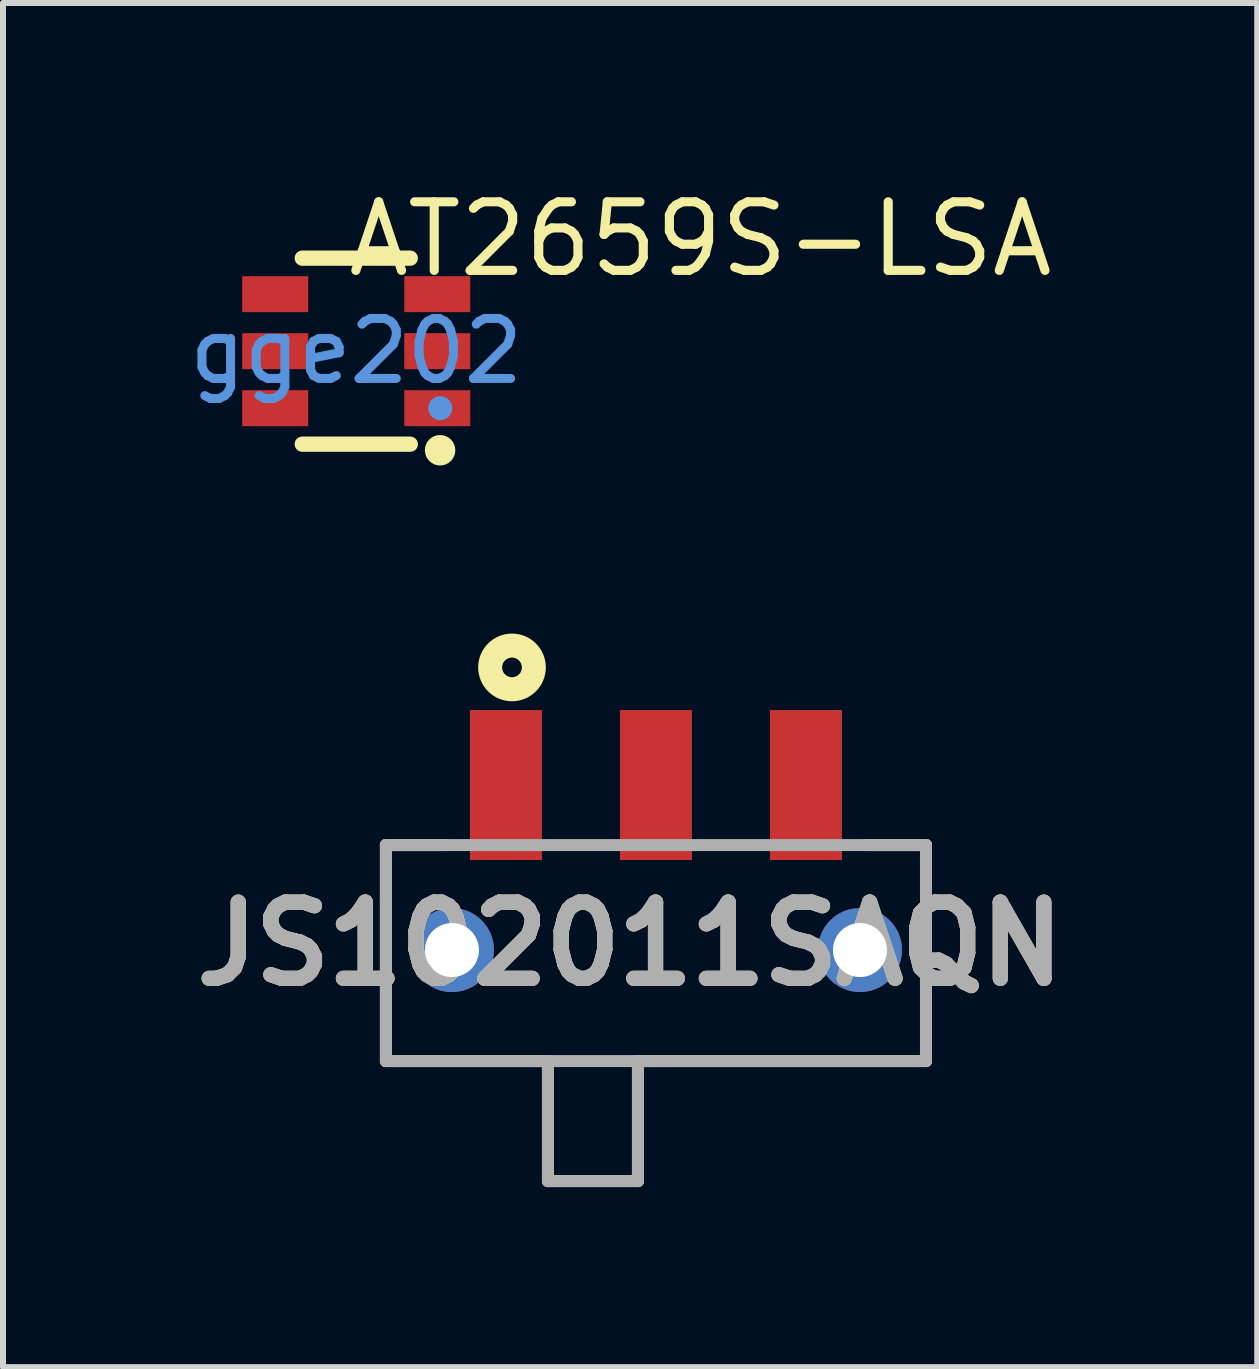
<source format=kicad_pcb>
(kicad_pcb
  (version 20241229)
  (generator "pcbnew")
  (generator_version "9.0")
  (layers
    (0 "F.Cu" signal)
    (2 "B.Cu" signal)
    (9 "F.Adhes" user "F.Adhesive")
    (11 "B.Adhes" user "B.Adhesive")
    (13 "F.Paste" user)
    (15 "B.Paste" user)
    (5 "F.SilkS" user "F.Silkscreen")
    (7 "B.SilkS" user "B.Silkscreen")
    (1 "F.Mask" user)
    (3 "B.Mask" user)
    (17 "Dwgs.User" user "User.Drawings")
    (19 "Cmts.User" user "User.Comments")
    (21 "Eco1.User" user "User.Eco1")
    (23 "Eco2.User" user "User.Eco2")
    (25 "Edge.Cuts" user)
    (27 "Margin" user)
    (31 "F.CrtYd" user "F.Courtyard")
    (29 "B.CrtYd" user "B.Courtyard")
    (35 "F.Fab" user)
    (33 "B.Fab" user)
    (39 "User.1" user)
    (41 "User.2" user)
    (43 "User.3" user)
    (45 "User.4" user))
  (footprint "JS102011SAQN"
    (layer "F.Cu")
    (at 7.881 11.032)
    (property "Reference" "JS102011SAQN" (at -0.43 1.647 0) (layer "F.SilkS") (effects (font (size 1.27 1.27) (thickness 0.254))))
    (attr through_hole)
    (fp_line (start -4.5 0) (end -4.5 3.6) (stroke (width 0.2) (type solid)) (layer "F.SilkS"))
    (fp_line (start -4.5 0) (end -3.5 0) (stroke (width 0.2) (type solid)) (layer "F.SilkS"))
    (fp_line (start -4.5 3.6) (end -1.8 3.6) (stroke (width 0.2) (type solid)) (layer "F.SilkS"))
    (fp_line (start -1.8 3.6) (end -1.8 5.6) (stroke (width 0.2) (type solid)) (layer "F.SilkS"))
    (fp_line (start -1.8 5.6) (end -0.3 5.6) (stroke (width 0.2) (type solid)) (layer "F.SilkS"))
    (fp_line (start -0.3 3.6) (end 4.5 3.6) (stroke (width 0.2) (type solid)) (layer "F.SilkS"))
    (fp_line (start -0.3 5.6) (end -0.3 3.6) (stroke (width 0.2) (type solid)) (layer "F.SilkS"))
    (fp_line (start 4.5 0) (end 3.5 0) (stroke (width 0.2) (type solid)) (layer "F.SilkS"))
    (fp_line (start 4.5 3.6) (end 4.5 0) (stroke (width 0.2) (type solid)) (layer "F.SilkS"))
    (fp_circle (center -2.399 -2.96) (end -2.399 -2.796) (stroke (width 0.4) (type solid)) (fill no) (layer "F.SilkS"))
    (fp_line (start -4.5 0) (end 4.5 0) (stroke (width 0.2) (type solid)) (layer "F.Fab"))
    (fp_line (start -4.5 3.6) (end -4.5 0) (stroke (width 0.2) (type solid)) (layer "F.Fab"))
    (fp_line (start -1.8 3.6) (end -1.8 5.6) (stroke (width 0.2) (type solid)) (layer "F.Fab"))
    (fp_line (start -1.8 5.6) (end -0.3 5.6) (stroke (width 0.2) (type solid)) (layer "F.Fab"))
    (fp_line (start -0.3 5.6) (end -0.3 3.6) (stroke (width 0.2) (type solid)) (layer "F.Fab"))
    (fp_line (start 4.5 0) (end 4.5 3.6) (stroke (width 0.2) (type solid)) (layer "F.Fab"))
    (fp_line (start 4.5 3.6) (end -4.5 3.6) (stroke (width 0.2) (type solid)) (layer "F.Fab"))
    (fp_text user "${REFERENCE}" (at -0.43 1.647 0) (layer "F.Fab") (effects (font (size 1.27 1.27) (thickness 0.254))))
    (pad "1" smd rect (at -2.5 -1) (size 1.2 2.5) (layers "F.Cu" "F.Mask" "F.Paste"))
    (pad "2" smd rect (at 0 -1) (size 1.2 2.5) (layers "F.Cu" "F.Mask" "F.Paste"))
    (pad "3" smd rect (at 2.5 -1) (size 1.2 2.5) (layers "F.Cu" "F.Mask" "F.Paste"))
    (pad "4" thru_hole circle (at -3.4 1.75) (size 1.4 1.4) (drill 0.9) (layers "*.Cu" "*.Mask"))
    (pad "5" thru_hole circle (at 3.4 1.75) (size 1.4 1.4) (drill 0.9) (layers "*.Cu" "*.Mask")))
  (footprint "AT2659S-LSA"
    (layer "F.Cu")
    (at 2.887 2.802)
    (property "Reference" "AT2659S-LSA" (at -0.216 -1.867 0) (layer "F.SilkS") (effects (font (size 1.143 1.143) (thickness 0.152)) (justify left)))
    (attr smd)
    (fp_line (start -0.9 -1.55) (end 0.9 -1.55) (stroke (width 0.254) (type solid)) (layer "F.SilkS"))
    (fp_line (start -0.9 1.55) (end 0.9 1.55) (stroke (width 0.254) (type solid)) (layer "F.SilkS"))
    (fp_circle (center 1.397 1.651) (end 1.524 1.651) (stroke (width 0.254) (type solid)) (fill no) (layer "F.SilkS"))
    (fp_circle (center 1.4 0.95) (end 1.5 0.95) (stroke (width 0.2) (type solid)) (fill no) (layer "Cmts.User"))
    (fp_text user "gge202" (at 0 0 0) (layer "Cmts.User") (effects (font (size 1 1) (thickness 0.15))))
    (pad "1" smd rect (at 1.35 0.95) (size 1.1 0.6) (layers "F.Cu" "F.Mask" "F.Paste"))
    (pad "2" smd rect (at 1.35 0) (size 1.1 0.6) (layers "F.Cu" "F.Mask" "F.Paste"))
    (pad "3" smd rect (at 1.35 -0.95) (size 1.1 0.6) (layers "F.Cu" "F.Mask" "F.Paste"))
    (pad "4" smd rect (at -1.35 -0.95) (size 1.1 0.6) (layers "F.Cu" "F.Mask" "F.Paste"))
    (pad "5" smd rect (at -1.35 0) (size 1.1 0.6) (layers "F.Cu" "F.Mask" "F.Paste"))
    (pad "6" smd rect (at -1.35 0.95) (size 1.1 0.6) (layers "F.Cu" "F.Mask" "F.Paste")))
  (gr_rect
    (start -3 -3)
    (end 17.901 19.732)
    (stroke (width 0.1) (type default))
    (fill no)
    (layer "Edge.Cuts")))
</source>
